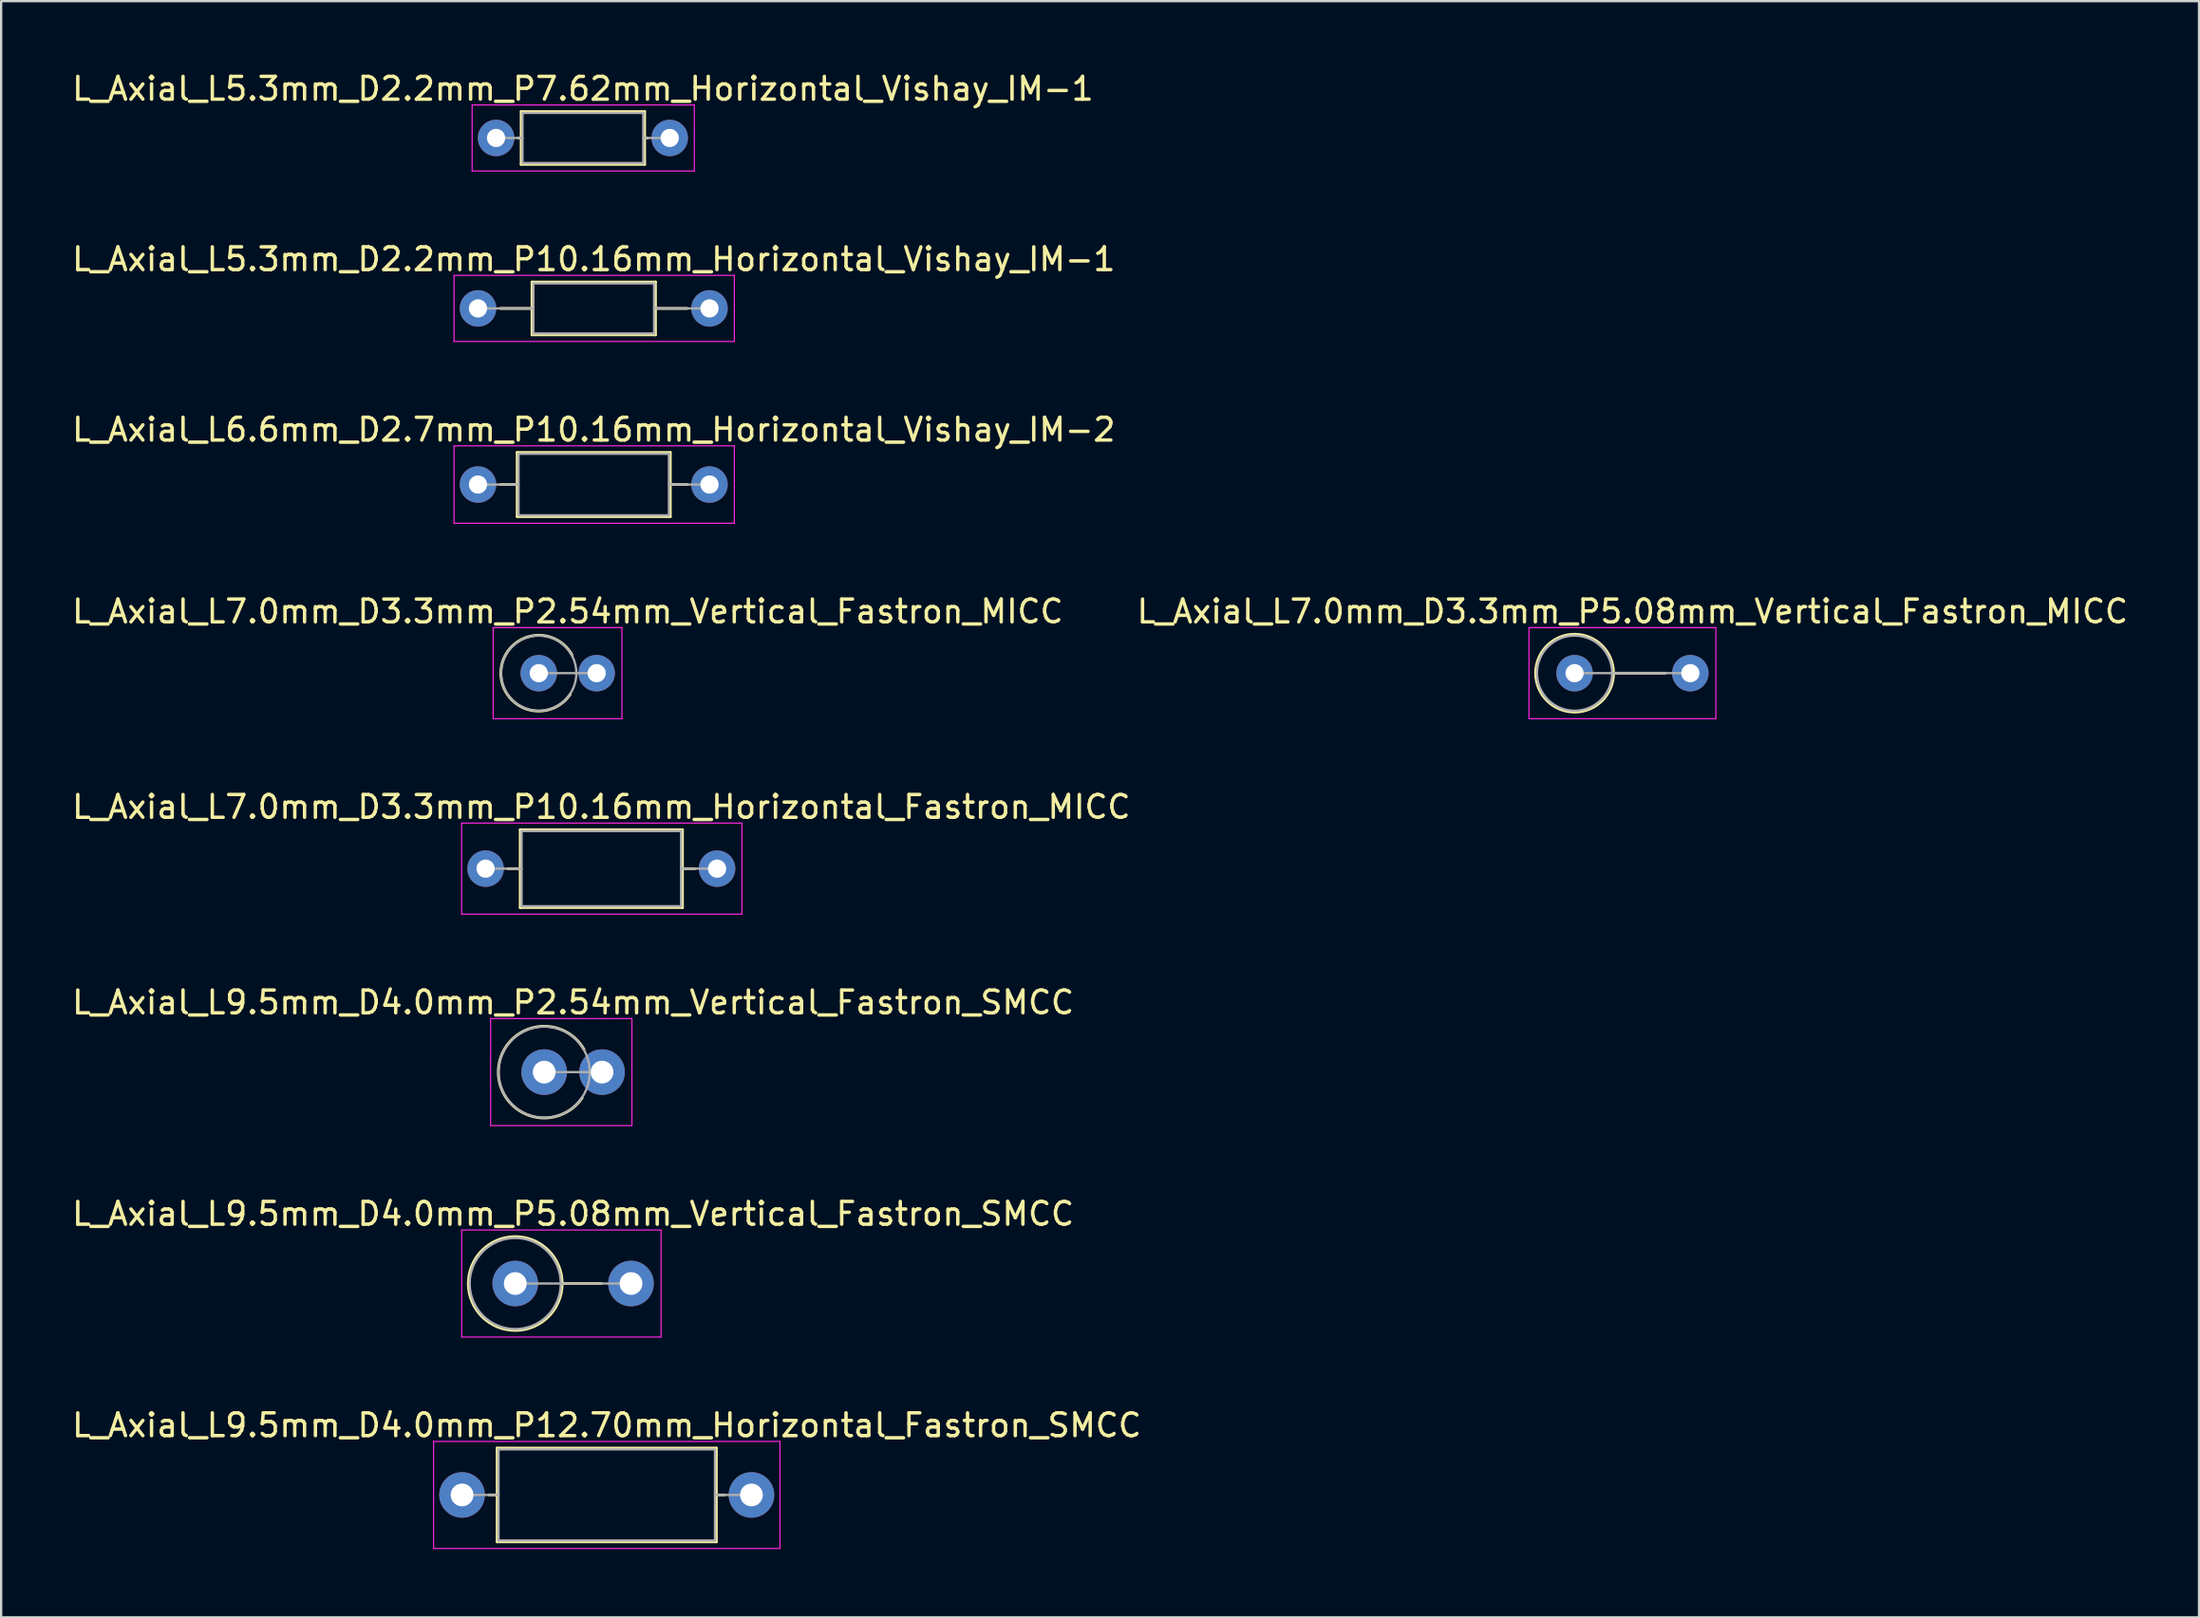
<source format=kicad_pcb>
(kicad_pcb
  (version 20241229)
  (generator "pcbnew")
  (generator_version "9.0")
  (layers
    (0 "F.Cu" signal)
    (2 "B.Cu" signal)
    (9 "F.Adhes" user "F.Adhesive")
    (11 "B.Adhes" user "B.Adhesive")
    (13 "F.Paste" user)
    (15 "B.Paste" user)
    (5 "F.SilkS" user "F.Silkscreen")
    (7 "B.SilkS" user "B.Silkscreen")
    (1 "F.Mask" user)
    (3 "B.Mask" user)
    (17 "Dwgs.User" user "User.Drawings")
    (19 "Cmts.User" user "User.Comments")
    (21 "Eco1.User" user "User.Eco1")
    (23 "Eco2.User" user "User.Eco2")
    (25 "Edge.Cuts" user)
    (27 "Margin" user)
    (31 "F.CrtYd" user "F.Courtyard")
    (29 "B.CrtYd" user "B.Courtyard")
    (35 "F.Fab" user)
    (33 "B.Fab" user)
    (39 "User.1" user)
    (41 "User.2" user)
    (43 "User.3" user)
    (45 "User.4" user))
  (footprint "L_Axial_L9.5mm_D4.0mm_P5.08mm_Vertical_Fastron_SMCC"
    (layer "F.Cu")
    (at 19.561 53.308)
    (property "Reference" "L_Axial_L9.5mm_D4.0mm_P5.08mm_Vertical_Fastron_SMCC" (at 2.54 -3.06 0) (layer "F.SilkS") (effects (font (size 1 1) (thickness 0.15))))
    (attr through_hole)
    (fp_line (start 2.06 0) (end 3.78 0) (stroke (width 0.12) (type solid)) (layer "F.SilkS"))
    (fp_circle (center 0 0) (end 2.06 0) (stroke (width 0.12) (type solid)) (fill no) (layer "F.SilkS"))
    (fp_line (start -2.35 -2.35) (end -2.35 2.35) (stroke (width 0.05) (type solid)) (layer "F.CrtYd"))
    (fp_line (start -2.35 2.35) (end 6.4 2.35) (stroke (width 0.05) (type solid)) (layer "F.CrtYd"))
    (fp_line (start 6.4 -2.35) (end -2.35 -2.35) (stroke (width 0.05) (type solid)) (layer "F.CrtYd"))
    (fp_line (start 6.4 2.35) (end 6.4 -2.35) (stroke (width 0.05) (type solid)) (layer "F.CrtYd"))
    (fp_line (start 0 0) (end 5.08 0) (stroke (width 0.1) (type solid)) (layer "F.Fab"))
    (fp_circle (center 0 0) (end 2 0) (stroke (width 0.1) (type solid)) (fill no) (layer "F.Fab"))
    (pad "1" thru_hole circle (at 0 0) (size 2 2) (drill 1) (layers "*.Cu" "*.Mask"))
    (pad "2" thru_hole oval (at 5.08 0) (size 2 2) (drill 1) (layers "*.Cu" "*.Mask")))
  (footprint "L_Axial_L5.3mm_D2.2mm_P7.62mm_Horizontal_Vishay_IM-1"
    (layer "F.Cu")
    (at 18.72 3.008)
    (property "Reference" "L_Axial_L5.3mm_D2.2mm_P7.62mm_Horizontal_Vishay_IM-1" (at 3.81 -2.16 0) (layer "F.SilkS") (effects (font (size 1 1) (thickness 0.15))))
    (attr through_hole)
    (fp_line (start 0.98 0) (end 1.1 0) (stroke (width 0.12) (type solid)) (layer "F.SilkS"))
    (fp_line (start 1.1 -1.16) (end 1.1 1.16) (stroke (width 0.12) (type solid)) (layer "F.SilkS"))
    (fp_line (start 1.1 1.16) (end 6.52 1.16) (stroke (width 0.12) (type solid)) (layer "F.SilkS"))
    (fp_line (start 6.52 -1.16) (end 1.1 -1.16) (stroke (width 0.12) (type solid)) (layer "F.SilkS"))
    (fp_line (start 6.52 1.16) (end 6.52 -1.16) (stroke (width 0.12) (type solid)) (layer "F.SilkS"))
    (fp_line (start 6.64 0) (end 6.52 0) (stroke (width 0.12) (type solid)) (layer "F.SilkS"))
    (fp_line (start -1.05 -1.45) (end -1.05 1.45) (stroke (width 0.05) (type solid)) (layer "F.CrtYd"))
    (fp_line (start -1.05 1.45) (end 8.7 1.45) (stroke (width 0.05) (type solid)) (layer "F.CrtYd"))
    (fp_line (start 8.7 -1.45) (end -1.05 -1.45) (stroke (width 0.05) (type solid)) (layer "F.CrtYd"))
    (fp_line (start 8.7 1.45) (end 8.7 -1.45) (stroke (width 0.05) (type solid)) (layer "F.CrtYd"))
    (fp_line (start 0 0) (end 1.16 0) (stroke (width 0.1) (type solid)) (layer "F.Fab"))
    (fp_line (start 1.16 -1.1) (end 1.16 1.1) (stroke (width 0.1) (type solid)) (layer "F.Fab"))
    (fp_line (start 1.16 1.1) (end 6.46 1.1) (stroke (width 0.1) (type solid)) (layer "F.Fab"))
    (fp_line (start 6.46 -1.1) (end 1.16 -1.1) (stroke (width 0.1) (type solid)) (layer "F.Fab"))
    (fp_line (start 6.46 1.1) (end 6.46 -1.1) (stroke (width 0.1) (type solid)) (layer "F.Fab"))
    (fp_line (start 7.62 0) (end 6.46 0) (stroke (width 0.1) (type solid)) (layer "F.Fab"))
    (pad "1" thru_hole circle (at 0 0) (size 1.6 1.6) (drill 0.8) (layers "*.Cu" "*.Mask"))
    (pad "2" thru_hole oval (at 7.62 0) (size 1.6 1.6) (drill 0.8) (layers "*.Cu" "*.Mask")))
  (footprint "L_Axial_L7.0mm_D3.3mm_P5.08mm_Vertical_Fastron_MICC"
    (layer "F.Cu")
    (at 66.049 26.508)
    (property "Reference" "L_Axial_L7.0mm_D3.3mm_P5.08mm_Vertical_Fastron_MICC" (at 2.54 -2.71 0) (layer "F.SilkS") (effects (font (size 1 1) (thickness 0.15))))
    (attr through_hole)
    (fp_line (start 1.71 0) (end 3.98 0) (stroke (width 0.12) (type solid)) (layer "F.SilkS"))
    (fp_circle (center 0 0) (end 1.71 0) (stroke (width 0.12) (type solid)) (fill no) (layer "F.SilkS"))
    (fp_line (start -2 -2) (end -2 2) (stroke (width 0.05) (type solid)) (layer "F.CrtYd"))
    (fp_line (start -2 2) (end 6.2 2) (stroke (width 0.05) (type solid)) (layer "F.CrtYd"))
    (fp_line (start 6.2 -2) (end -2 -2) (stroke (width 0.05) (type solid)) (layer "F.CrtYd"))
    (fp_line (start 6.2 2) (end 6.2 -2) (stroke (width 0.05) (type solid)) (layer "F.CrtYd"))
    (fp_line (start 0 0) (end 5.08 0) (stroke (width 0.1) (type solid)) (layer "F.Fab"))
    (fp_circle (center 0 0) (end 1.65 0) (stroke (width 0.1) (type solid)) (fill no) (layer "F.Fab"))
    (pad "1" thru_hole circle (at 0 0) (size 1.6 1.6) (drill 0.8) (layers "*.Cu" "*.Mask"))
    (pad "2" thru_hole oval (at 5.08 0) (size 1.6 1.6) (drill 0.8) (layers "*.Cu" "*.Mask")))
  (footprint "L_Axial_L6.6mm_D2.7mm_P10.16mm_Horizontal_Vishay_IM-2"
    (layer "F.Cu")
    (at 17.926 18.225)
    (property "Reference" "L_Axial_L6.6mm_D2.7mm_P10.16mm_Horizontal_Vishay_IM-2" (at 5.08 -2.41 0) (layer "F.SilkS") (effects (font (size 1 1) (thickness 0.15))))
    (attr through_hole)
    (fp_line (start 0.98 0) (end 1.72 0) (stroke (width 0.12) (type solid)) (layer "F.SilkS"))
    (fp_line (start 1.72 -1.41) (end 1.72 1.41) (stroke (width 0.12) (type solid)) (layer "F.SilkS"))
    (fp_line (start 1.72 1.41) (end 8.44 1.41) (stroke (width 0.12) (type solid)) (layer "F.SilkS"))
    (fp_line (start 8.44 -1.41) (end 1.72 -1.41) (stroke (width 0.12) (type solid)) (layer "F.SilkS"))
    (fp_line (start 8.44 1.41) (end 8.44 -1.41) (stroke (width 0.12) (type solid)) (layer "F.SilkS"))
    (fp_line (start 9.18 0) (end 8.44 0) (stroke (width 0.12) (type solid)) (layer "F.SilkS"))
    (fp_line (start -1.05 -1.7) (end -1.05 1.7) (stroke (width 0.05) (type solid)) (layer "F.CrtYd"))
    (fp_line (start -1.05 1.7) (end 11.25 1.7) (stroke (width 0.05) (type solid)) (layer "F.CrtYd"))
    (fp_line (start 11.25 -1.7) (end -1.05 -1.7) (stroke (width 0.05) (type solid)) (layer "F.CrtYd"))
    (fp_line (start 11.25 1.7) (end 11.25 -1.7) (stroke (width 0.05) (type solid)) (layer "F.CrtYd"))
    (fp_line (start 0 0) (end 1.78 0) (stroke (width 0.1) (type solid)) (layer "F.Fab"))
    (fp_line (start 1.78 -1.35) (end 1.78 1.35) (stroke (width 0.1) (type solid)) (layer "F.Fab"))
    (fp_line (start 1.78 1.35) (end 8.38 1.35) (stroke (width 0.1) (type solid)) (layer "F.Fab"))
    (fp_line (start 8.38 -1.35) (end 1.78 -1.35) (stroke (width 0.1) (type solid)) (layer "F.Fab"))
    (fp_line (start 8.38 1.35) (end 8.38 -1.35) (stroke (width 0.1) (type solid)) (layer "F.Fab"))
    (fp_line (start 10.16 0) (end 8.38 0) (stroke (width 0.1) (type solid)) (layer "F.Fab"))
    (pad "1" thru_hole circle (at 0 0) (size 1.6 1.6) (drill 0.8) (layers "*.Cu" "*.Mask"))
    (pad "2" thru_hole oval (at 10.16 0) (size 1.6 1.6) (drill 0.8) (layers "*.Cu" "*.Mask")))
  (footprint "L_Axial_L9.5mm_D4.0mm_P12.70mm_Horizontal_Fastron_SMCC"
    (layer "F.Cu")
    (at 17.227 62.591)
    (property "Reference" "L_Axial_L9.5mm_D4.0mm_P12.70mm_Horizontal_Fastron_SMCC" (at 6.35 -3.06 0) (layer "F.SilkS") (effects (font (size 1 1) (thickness 0.15))))
    (attr through_hole)
    (fp_line (start 1.18 0) (end 1.54 0) (stroke (width 0.12) (type solid)) (layer "F.SilkS"))
    (fp_line (start 1.54 -2.06) (end 1.54 2.06) (stroke (width 0.12) (type solid)) (layer "F.SilkS"))
    (fp_line (start 1.54 2.06) (end 11.16 2.06) (stroke (width 0.12) (type solid)) (layer "F.SilkS"))
    (fp_line (start 11.16 -2.06) (end 1.54 -2.06) (stroke (width 0.12) (type solid)) (layer "F.SilkS"))
    (fp_line (start 11.16 2.06) (end 11.16 -2.06) (stroke (width 0.12) (type solid)) (layer "F.SilkS"))
    (fp_line (start 11.52 0) (end 11.16 0) (stroke (width 0.12) (type solid)) (layer "F.SilkS"))
    (fp_line (start -1.25 -2.35) (end -1.25 2.35) (stroke (width 0.05) (type solid)) (layer "F.CrtYd"))
    (fp_line (start -1.25 2.35) (end 13.95 2.35) (stroke (width 0.05) (type solid)) (layer "F.CrtYd"))
    (fp_line (start 13.95 -2.35) (end -1.25 -2.35) (stroke (width 0.05) (type solid)) (layer "F.CrtYd"))
    (fp_line (start 13.95 2.35) (end 13.95 -2.35) (stroke (width 0.05) (type solid)) (layer "F.CrtYd"))
    (fp_line (start 0 0) (end 1.6 0) (stroke (width 0.1) (type solid)) (layer "F.Fab"))
    (fp_line (start 1.6 -2) (end 1.6 2) (stroke (width 0.1) (type solid)) (layer "F.Fab"))
    (fp_line (start 1.6 2) (end 11.1 2) (stroke (width 0.1) (type solid)) (layer "F.Fab"))
    (fp_line (start 11.1 -2) (end 1.6 -2) (stroke (width 0.1) (type solid)) (layer "F.Fab"))
    (fp_line (start 11.1 2) (end 11.1 -2) (stroke (width 0.1) (type solid)) (layer "F.Fab"))
    (fp_line (start 12.7 0) (end 11.1 0) (stroke (width 0.1) (type solid)) (layer "F.Fab"))
    (pad "1" thru_hole circle (at 0 0) (size 2 2) (drill 1) (layers "*.Cu" "*.Mask"))
    (pad "2" thru_hole oval (at 12.7 0) (size 2 2) (drill 1) (layers "*.Cu" "*.Mask")))
  (footprint "L_Axial_L7.0mm_D3.3mm_P2.54mm_Vertical_Fastron_MICC"
    (layer "F.Cu")
    (at 20.593 26.508)
    (property "Reference" "L_Axial_L7.0mm_D3.3mm_P2.54mm_Vertical_Fastron_MICC" (at 1.27 -2.71 0) (layer "F.SilkS") (effects (font (size 1 1) (thickness 0.15))))
    (attr through_hole)
    (fp_arc (start 1.380585 0.930583) (mid -1.663176 -0.076453) (end 1.460137 -0.8) (stroke (width 0.12) (type solid)) (layer "F.SilkS"))
    (fp_line (start -2 -2) (end -2 2) (stroke (width 0.05) (type solid)) (layer "F.CrtYd"))
    (fp_line (start -2 2) (end 3.65 2) (stroke (width 0.05) (type solid)) (layer "F.CrtYd"))
    (fp_line (start 3.65 -2) (end -2 -2) (stroke (width 0.05) (type solid)) (layer "F.CrtYd"))
    (fp_line (start 3.65 2) (end 3.65 -2) (stroke (width 0.05) (type solid)) (layer "F.CrtYd"))
    (fp_line (start 0 0) (end 2.54 0) (stroke (width 0.1) (type solid)) (layer "F.Fab"))
    (fp_circle (center 0 0) (end 1.65 0) (stroke (width 0.1) (type solid)) (fill no) (layer "F.Fab"))
    (pad "1" thru_hole circle (at 0 0) (size 1.6 1.6) (drill 0.8) (layers "*.Cu" "*.Mask"))
    (pad "2" thru_hole oval (at 2.54 0) (size 1.6 1.6) (drill 0.8) (layers "*.Cu" "*.Mask")))
  (footprint "L_Axial_L5.3mm_D2.2mm_P10.16mm_Horizontal_Vishay_IM-1"
    (layer "F.Cu")
    (at 17.926 10.492)
    (property "Reference" "L_Axial_L5.3mm_D2.2mm_P10.16mm_Horizontal_Vishay_IM-1" (at 5.08 -2.16 0) (layer "F.SilkS") (effects (font (size 1 1) (thickness 0.15))))
    (attr through_hole)
    (fp_line (start 0.98 0) (end 2.37 0) (stroke (width 0.12) (type solid)) (layer "F.SilkS"))
    (fp_line (start 2.37 -1.16) (end 2.37 1.16) (stroke (width 0.12) (type solid)) (layer "F.SilkS"))
    (fp_line (start 2.37 1.16) (end 7.79 1.16) (stroke (width 0.12) (type solid)) (layer "F.SilkS"))
    (fp_line (start 7.79 -1.16) (end 2.37 -1.16) (stroke (width 0.12) (type solid)) (layer "F.SilkS"))
    (fp_line (start 7.79 1.16) (end 7.79 -1.16) (stroke (width 0.12) (type solid)) (layer "F.SilkS"))
    (fp_line (start 9.18 0) (end 7.79 0) (stroke (width 0.12) (type solid)) (layer "F.SilkS"))
    (fp_line (start -1.05 -1.45) (end -1.05 1.45) (stroke (width 0.05) (type solid)) (layer "F.CrtYd"))
    (fp_line (start -1.05 1.45) (end 11.25 1.45) (stroke (width 0.05) (type solid)) (layer "F.CrtYd"))
    (fp_line (start 11.25 -1.45) (end -1.05 -1.45) (stroke (width 0.05) (type solid)) (layer "F.CrtYd"))
    (fp_line (start 11.25 1.45) (end 11.25 -1.45) (stroke (width 0.05) (type solid)) (layer "F.CrtYd"))
    (fp_line (start 0 0) (end 2.43 0) (stroke (width 0.1) (type solid)) (layer "F.Fab"))
    (fp_line (start 2.43 -1.1) (end 2.43 1.1) (stroke (width 0.1) (type solid)) (layer "F.Fab"))
    (fp_line (start 2.43 1.1) (end 7.73 1.1) (stroke (width 0.1) (type solid)) (layer "F.Fab"))
    (fp_line (start 7.73 -1.1) (end 2.43 -1.1) (stroke (width 0.1) (type solid)) (layer "F.Fab"))
    (fp_line (start 7.73 1.1) (end 7.73 -1.1) (stroke (width 0.1) (type solid)) (layer "F.Fab"))
    (fp_line (start 10.16 0) (end 7.73 0) (stroke (width 0.1) (type solid)) (layer "F.Fab"))
    (pad "1" thru_hole circle (at 0 0) (size 1.6 1.6) (drill 0.8) (layers "*.Cu" "*.Mask"))
    (pad "2" thru_hole oval (at 10.16 0) (size 1.6 1.6) (drill 0.8) (layers "*.Cu" "*.Mask")))
  (footprint "L_Axial_L9.5mm_D4.0mm_P2.54mm_Vertical_Fastron_SMCC"
    (layer "F.Cu")
    (at 20.831 44.025)
    (property "Reference" "L_Axial_L9.5mm_D4.0mm_P2.54mm_Vertical_Fastron_SMCC" (at 1.27 -3.06 0) (layer "F.SilkS") (effects (font (size 1 1) (thickness 0.15))))
    (attr through_hole)
    (fp_arc (start 1.667041 1.129812) (mid -2.012374 -0.076494) (end 1.747999 -1) (stroke (width 0.12) (type solid)) (layer "F.SilkS"))
    (fp_line (start -2.35 -2.35) (end -2.35 2.35) (stroke (width 0.05) (type solid)) (layer "F.CrtYd"))
    (fp_line (start -2.35 2.35) (end 3.85 2.35) (stroke (width 0.05) (type solid)) (layer "F.CrtYd"))
    (fp_line (start 3.85 -2.35) (end -2.35 -2.35) (stroke (width 0.05) (type solid)) (layer "F.CrtYd"))
    (fp_line (start 3.85 2.35) (end 3.85 -2.35) (stroke (width 0.05) (type solid)) (layer "F.CrtYd"))
    (fp_line (start 0 0) (end 2.54 0) (stroke (width 0.1) (type solid)) (layer "F.Fab"))
    (fp_circle (center 0 0) (end 2 0) (stroke (width 0.1) (type solid)) (fill no) (layer "F.Fab"))
    (pad "1" thru_hole circle (at 0 0) (size 2 2) (drill 1) (layers "*.Cu" "*.Mask"))
    (pad "2" thru_hole oval (at 2.54 0) (size 2 2) (drill 1) (layers "*.Cu" "*.Mask")))
  (footprint "L_Axial_L7.0mm_D3.3mm_P10.16mm_Horizontal_Fastron_MICC"
    (layer "F.Cu")
    (at 18.259 35.091)
    (property "Reference" "L_Axial_L7.0mm_D3.3mm_P10.16mm_Horizontal_Fastron_MICC" (at 5.08 -2.71 0) (layer "F.SilkS") (effects (font (size 1 1) (thickness 0.15))))
    (attr through_hole)
    (fp_line (start 0.98 0) (end 1.52 0) (stroke (width 0.12) (type solid)) (layer "F.SilkS"))
    (fp_line (start 1.52 -1.71) (end 1.52 1.71) (stroke (width 0.12) (type solid)) (layer "F.SilkS"))
    (fp_line (start 1.52 1.71) (end 8.64 1.71) (stroke (width 0.12) (type solid)) (layer "F.SilkS"))
    (fp_line (start 8.64 -1.71) (end 1.52 -1.71) (stroke (width 0.12) (type solid)) (layer "F.SilkS"))
    (fp_line (start 8.64 1.71) (end 8.64 -1.71) (stroke (width 0.12) (type solid)) (layer "F.SilkS"))
    (fp_line (start 9.18 0) (end 8.64 0) (stroke (width 0.12) (type solid)) (layer "F.SilkS"))
    (fp_line (start -1.05 -2) (end -1.05 2) (stroke (width 0.05) (type solid)) (layer "F.CrtYd"))
    (fp_line (start -1.05 2) (end 11.25 2) (stroke (width 0.05) (type solid)) (layer "F.CrtYd"))
    (fp_line (start 11.25 -2) (end -1.05 -2) (stroke (width 0.05) (type solid)) (layer "F.CrtYd"))
    (fp_line (start 11.25 2) (end 11.25 -2) (stroke (width 0.05) (type solid)) (layer "F.CrtYd"))
    (fp_line (start 0 0) (end 1.58 0) (stroke (width 0.1) (type solid)) (layer "F.Fab"))
    (fp_line (start 1.58 -1.65) (end 1.58 1.65) (stroke (width 0.1) (type solid)) (layer "F.Fab"))
    (fp_line (start 1.58 1.65) (end 8.58 1.65) (stroke (width 0.1) (type solid)) (layer "F.Fab"))
    (fp_line (start 8.58 -1.65) (end 1.58 -1.65) (stroke (width 0.1) (type solid)) (layer "F.Fab"))
    (fp_line (start 8.58 1.65) (end 8.58 -1.65) (stroke (width 0.1) (type solid)) (layer "F.Fab"))
    (fp_line (start 10.16 0) (end 8.58 0) (stroke (width 0.1) (type solid)) (layer "F.Fab"))
    (pad "1" thru_hole circle (at 0 0) (size 1.6 1.6) (drill 0.8) (layers "*.Cu" "*.Mask"))
    (pad "2" thru_hole oval (at 10.16 0) (size 1.6 1.6) (drill 0.8) (layers "*.Cu" "*.Mask")))
  (gr_rect
    (start -3 -3)
    (end 93.452 67.966)
    (stroke (width 0.1) (type default))
    (fill no)
    (layer "Edge.Cuts")))
</source>
